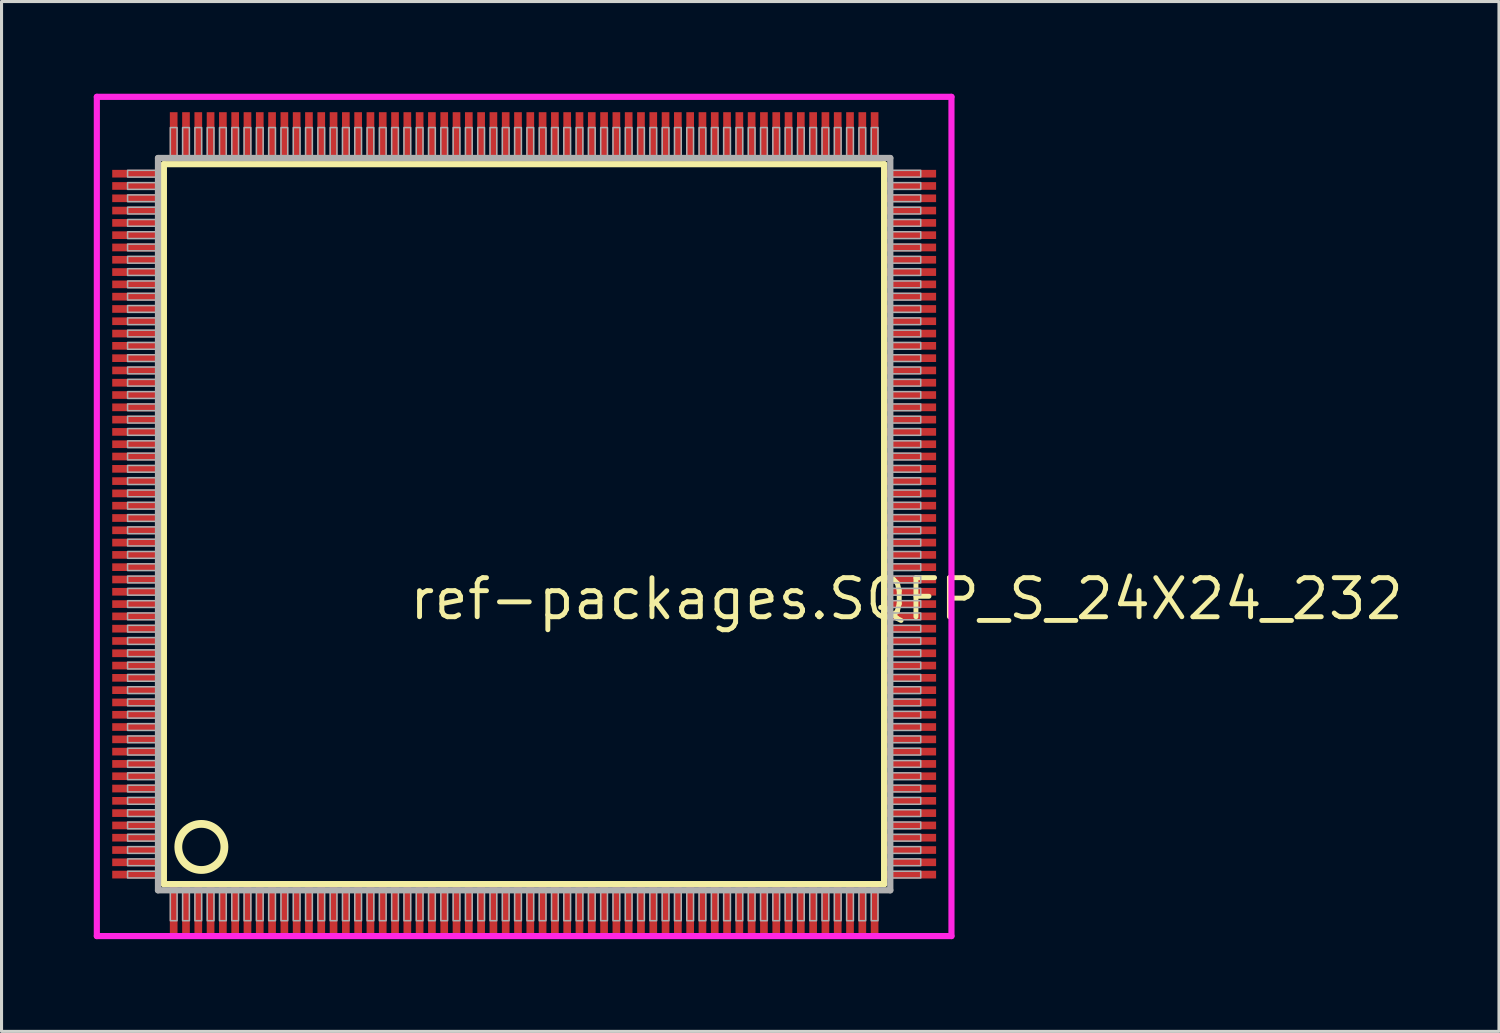
<source format=kicad_pcb>
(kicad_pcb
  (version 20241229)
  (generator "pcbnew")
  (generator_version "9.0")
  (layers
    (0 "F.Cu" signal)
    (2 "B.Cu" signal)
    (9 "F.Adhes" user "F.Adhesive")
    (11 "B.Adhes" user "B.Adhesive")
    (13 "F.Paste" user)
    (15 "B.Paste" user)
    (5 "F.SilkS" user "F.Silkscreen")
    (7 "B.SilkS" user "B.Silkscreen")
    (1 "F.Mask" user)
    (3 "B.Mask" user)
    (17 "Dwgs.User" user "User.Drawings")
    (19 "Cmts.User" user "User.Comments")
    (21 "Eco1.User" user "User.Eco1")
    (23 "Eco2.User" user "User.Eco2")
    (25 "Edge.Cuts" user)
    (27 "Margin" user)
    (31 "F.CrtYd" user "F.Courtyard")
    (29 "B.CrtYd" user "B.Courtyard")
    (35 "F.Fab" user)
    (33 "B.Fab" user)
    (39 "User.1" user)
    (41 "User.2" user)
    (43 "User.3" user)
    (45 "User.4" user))
  (footprint "ref-packages.SQFP_S_24X24_232"
    (layer "F.Cu")
    (at 14 14)
    (property "Reference" "ref-packages.SQFP_S_24X24_232" (at -3.81 3.175 0) (layer "F.SilkS") (effects (font (size 1.27 1.27) (thickness 0.16)) (justify left bottom)))
    (attr smd)
    (fp_line (start -11.72 -11.71) (end 11.71 -11.71) (stroke (width 0.203) (type default)) (layer "F.SilkS"))
    (fp_line (start -11.72 11.71) (end -11.72 -11.71) (stroke (width 0.203) (type default)) (layer "F.SilkS"))
    (fp_line (start 11.71 11.71) (end -11.72 11.71) (stroke (width 0.203) (type default)) (layer "F.SilkS"))
    (fp_line (start 11.71 -11.71) (end 11.71 11.71) (stroke (width 0.203) (type default)) (layer "F.SilkS"))
    (fp_circle (center -10.5 10.5) (end -9.75 10.5) (stroke (width 0.254) (type default)) (fill no) (layer "F.SilkS"))
    (fp_line (start -13.9 -13.9) (end 13.9 -13.9) (stroke (width 0.2) (type default)) (layer "F.CrtYd"))
    (fp_line (start -13.9 13.4) (end -13.9 -13.9) (stroke (width 0.2) (type default)) (layer "F.CrtYd"))
    (fp_line (start 13.9 -13.9) (end 13.9 13.4) (stroke (width 0.2) (type default)) (layer "F.CrtYd"))
    (fp_line (start 13.9 13.4) (end -13.9 13.4) (stroke (width 0.2) (type default)) (layer "F.CrtYd"))
    (fp_line (start -11.91 -11.91) (end -11.91 11.91) (stroke (width 0.203) (type default)) (layer "F.Fab"))
    (fp_line (start -11.91 11.91) (end 11.91 11.91) (stroke (width 0.203) (type default)) (layer "F.Fab"))
    (fp_line (start 11.91 -11.91) (end -11.91 -11.91) (stroke (width 0.203) (type default)) (layer "F.Fab"))
    (fp_line (start 11.91 11.91) (end 11.91 -11.91) (stroke (width 0.203) (type default)) (layer "F.Fab"))
    (fp_rect (start -12.9 -11.29) (end -11.95 -11.51) (stroke (width 0.05) (type default)) (fill no) (layer "F.Fab"))
    (fp_rect (start -12.9 -10.89) (end -11.95 -11.11) (stroke (width 0.05) (type default)) (fill no) (layer "F.Fab"))
    (fp_rect (start -12.9 -10.49) (end -11.95 -10.71) (stroke (width 0.05) (type default)) (fill no) (layer "F.Fab"))
    (fp_rect (start -12.9 -10.09) (end -11.95 -10.31) (stroke (width 0.05) (type default)) (fill no) (layer "F.Fab"))
    (fp_rect (start -12.9 -9.69) (end -11.95 -9.91) (stroke (width 0.05) (type default)) (fill no) (layer "F.Fab"))
    (fp_rect (start -12.9 -9.29) (end -11.95 -9.51) (stroke (width 0.05) (type default)) (fill no) (layer "F.Fab"))
    (fp_rect (start -12.9 -8.89) (end -11.95 -9.11) (stroke (width 0.05) (type default)) (fill no) (layer "F.Fab"))
    (fp_rect (start -12.9 -8.49) (end -11.95 -8.71) (stroke (width 0.05) (type default)) (fill no) (layer "F.Fab"))
    (fp_rect (start -12.9 -8.09) (end -11.95 -8.31) (stroke (width 0.05) (type default)) (fill no) (layer "F.Fab"))
    (fp_rect (start -12.9 -7.69) (end -11.95 -7.91) (stroke (width 0.05) (type default)) (fill no) (layer "F.Fab"))
    (fp_rect (start -12.9 -7.29) (end -11.95 -7.51) (stroke (width 0.05) (type default)) (fill no) (layer "F.Fab"))
    (fp_rect (start -12.9 -6.89) (end -11.95 -7.11) (stroke (width 0.05) (type default)) (fill no) (layer "F.Fab"))
    (fp_rect (start -12.9 -6.49) (end -11.95 -6.71) (stroke (width 0.05) (type default)) (fill no) (layer "F.Fab"))
    (fp_rect (start -12.9 -6.09) (end -11.95 -6.31) (stroke (width 0.05) (type default)) (fill no) (layer "F.Fab"))
    (fp_rect (start -12.9 -5.69) (end -11.95 -5.91) (stroke (width 0.05) (type default)) (fill no) (layer "F.Fab"))
    (fp_rect (start -12.9 -5.29) (end -11.95 -5.51) (stroke (width 0.05) (type default)) (fill no) (layer "F.Fab"))
    (fp_rect (start -12.9 -4.89) (end -11.95 -5.11) (stroke (width 0.05) (type default)) (fill no) (layer "F.Fab"))
    (fp_rect (start -12.9 -4.49) (end -11.95 -4.71) (stroke (width 0.05) (type default)) (fill no) (layer "F.Fab"))
    (fp_rect (start -12.9 -4.09) (end -11.95 -4.31) (stroke (width 0.05) (type default)) (fill no) (layer "F.Fab"))
    (fp_rect (start -12.9 -3.69) (end -11.95 -3.91) (stroke (width 0.05) (type default)) (fill no) (layer "F.Fab"))
    (fp_rect (start -12.9 -3.29) (end -11.95 -3.51) (stroke (width 0.05) (type default)) (fill no) (layer "F.Fab"))
    (fp_rect (start -12.9 -2.89) (end -11.95 -3.11) (stroke (width 0.05) (type default)) (fill no) (layer "F.Fab"))
    (fp_rect (start -12.9 -2.49) (end -11.95 -2.71) (stroke (width 0.05) (type default)) (fill no) (layer "F.Fab"))
    (fp_rect (start -12.9 -2.09) (end -11.95 -2.31) (stroke (width 0.05) (type default)) (fill no) (layer "F.Fab"))
    (fp_rect (start -12.9 -1.69) (end -11.95 -1.91) (stroke (width 0.05) (type default)) (fill no) (layer "F.Fab"))
    (fp_rect (start -12.9 -1.29) (end -11.95 -1.51) (stroke (width 0.05) (type default)) (fill no) (layer "F.Fab"))
    (fp_rect (start -12.9 -0.89) (end -11.95 -1.11) (stroke (width 0.05) (type default)) (fill no) (layer "F.Fab"))
    (fp_rect (start -12.9 -0.49) (end -11.95 -0.71) (stroke (width 0.05) (type default)) (fill no) (layer "F.Fab"))
    (fp_rect (start -12.9 -0.09) (end -11.95 -0.31) (stroke (width 0.05) (type default)) (fill no) (layer "F.Fab"))
    (fp_rect (start -12.9 0.31) (end -11.95 0.09) (stroke (width 0.05) (type default)) (fill no) (layer "F.Fab"))
    (fp_rect (start -12.9 0.71) (end -11.95 0.49) (stroke (width 0.05) (type default)) (fill no) (layer "F.Fab"))
    (fp_rect (start -12.9 1.11) (end -11.95 0.89) (stroke (width 0.05) (type default)) (fill no) (layer "F.Fab"))
    (fp_rect (start -12.9 1.51) (end -11.95 1.29) (stroke (width 0.05) (type default)) (fill no) (layer "F.Fab"))
    (fp_rect (start -12.9 1.91) (end -11.95 1.69) (stroke (width 0.05) (type default)) (fill no) (layer "F.Fab"))
    (fp_rect (start -12.9 2.31) (end -11.95 2.09) (stroke (width 0.05) (type default)) (fill no) (layer "F.Fab"))
    (fp_rect (start -12.9 2.71) (end -11.95 2.49) (stroke (width 0.05) (type default)) (fill no) (layer "F.Fab"))
    (fp_rect (start -12.9 3.11) (end -11.95 2.89) (stroke (width 0.05) (type default)) (fill no) (layer "F.Fab"))
    (fp_rect (start -12.9 3.51) (end -11.95 3.29) (stroke (width 0.05) (type default)) (fill no) (layer "F.Fab"))
    (fp_rect (start -12.9 3.91) (end -11.95 3.69) (stroke (width 0.05) (type default)) (fill no) (layer "F.Fab"))
    (fp_rect (start -12.9 4.31) (end -11.95 4.09) (stroke (width 0.05) (type default)) (fill no) (layer "F.Fab"))
    (fp_rect (start -12.9 4.71) (end -11.95 4.49) (stroke (width 0.05) (type default)) (fill no) (layer "F.Fab"))
    (fp_rect (start -12.9 5.11) (end -11.95 4.89) (stroke (width 0.05) (type default)) (fill no) (layer "F.Fab"))
    (fp_rect (start -12.9 5.51) (end -11.95 5.29) (stroke (width 0.05) (type default)) (fill no) (layer "F.Fab"))
    (fp_rect (start -12.9 5.91) (end -11.95 5.69) (stroke (width 0.05) (type default)) (fill no) (layer "F.Fab"))
    (fp_rect (start -12.9 6.31) (end -11.95 6.09) (stroke (width 0.05) (type default)) (fill no) (layer "F.Fab"))
    (fp_rect (start -12.9 6.71) (end -11.95 6.49) (stroke (width 0.05) (type default)) (fill no) (layer "F.Fab"))
    (fp_rect (start -12.9 7.11) (end -11.95 6.89) (stroke (width 0.05) (type default)) (fill no) (layer "F.Fab"))
    (fp_rect (start -12.9 7.51) (end -11.95 7.29) (stroke (width 0.05) (type default)) (fill no) (layer "F.Fab"))
    (fp_rect (start -12.9 7.91) (end -11.95 7.69) (stroke (width 0.05) (type default)) (fill no) (layer "F.Fab"))
    (fp_rect (start -12.9 8.31) (end -11.95 8.09) (stroke (width 0.05) (type default)) (fill no) (layer "F.Fab"))
    (fp_rect (start -12.9 8.71) (end -11.95 8.49) (stroke (width 0.05) (type default)) (fill no) (layer "F.Fab"))
    (fp_rect (start -12.9 9.11) (end -11.95 8.89) (stroke (width 0.05) (type default)) (fill no) (layer "F.Fab"))
    (fp_rect (start -12.9 9.51) (end -11.95 9.29) (stroke (width 0.05) (type default)) (fill no) (layer "F.Fab"))
    (fp_rect (start -12.9 9.91) (end -11.95 9.69) (stroke (width 0.05) (type default)) (fill no) (layer "F.Fab"))
    (fp_rect (start -12.9 10.31) (end -11.95 10.09) (stroke (width 0.05) (type default)) (fill no) (layer "F.Fab"))
    (fp_rect (start -12.9 10.71) (end -11.95 10.49) (stroke (width 0.05) (type default)) (fill no) (layer "F.Fab"))
    (fp_rect (start -12.9 11.11) (end -11.95 10.89) (stroke (width 0.05) (type default)) (fill no) (layer "F.Fab"))
    (fp_rect (start -12.9 11.51) (end -11.95 11.29) (stroke (width 0.05) (type default)) (fill no) (layer "F.Fab"))
    (fp_rect (start -11.51 -11.95) (end -11.29 -12.9) (stroke (width 0.05) (type default)) (fill no) (layer "F.Fab"))
    (fp_rect (start -11.51 12.9) (end -11.29 11.95) (stroke (width 0.05) (type default)) (fill no) (layer "F.Fab"))
    (fp_rect (start -11.11 -11.95) (end -10.89 -12.9) (stroke (width 0.05) (type default)) (fill no) (layer "F.Fab"))
    (fp_rect (start -11.11 12.9) (end -10.89 11.95) (stroke (width 0.05) (type default)) (fill no) (layer "F.Fab"))
    (fp_rect (start -10.71 -11.95) (end -10.49 -12.9) (stroke (width 0.05) (type default)) (fill no) (layer "F.Fab"))
    (fp_rect (start -10.71 12.9) (end -10.49 11.95) (stroke (width 0.05) (type default)) (fill no) (layer "F.Fab"))
    (fp_rect (start -10.31 -11.95) (end -10.09 -12.9) (stroke (width 0.05) (type default)) (fill no) (layer "F.Fab"))
    (fp_rect (start -10.31 12.9) (end -10.09 11.95) (stroke (width 0.05) (type default)) (fill no) (layer "F.Fab"))
    (fp_rect (start -9.91 -11.95) (end -9.69 -12.9) (stroke (width 0.05) (type default)) (fill no) (layer "F.Fab"))
    (fp_rect (start -9.91 12.9) (end -9.69 11.95) (stroke (width 0.05) (type default)) (fill no) (layer "F.Fab"))
    (fp_rect (start -9.51 -11.95) (end -9.29 -12.9) (stroke (width 0.05) (type default)) (fill no) (layer "F.Fab"))
    (fp_rect (start -9.51 12.9) (end -9.29 11.95) (stroke (width 0.05) (type default)) (fill no) (layer "F.Fab"))
    (fp_rect (start -9.11 -11.95) (end -8.89 -12.9) (stroke (width 0.05) (type default)) (fill no) (layer "F.Fab"))
    (fp_rect (start -9.11 12.9) (end -8.89 11.95) (stroke (width 0.05) (type default)) (fill no) (layer "F.Fab"))
    (fp_rect (start -8.71 -11.95) (end -8.49 -12.9) (stroke (width 0.05) (type default)) (fill no) (layer "F.Fab"))
    (fp_rect (start -8.71 12.9) (end -8.49 11.95) (stroke (width 0.05) (type default)) (fill no) (layer "F.Fab"))
    (fp_rect (start -8.31 -11.95) (end -8.09 -12.9) (stroke (width 0.05) (type default)) (fill no) (layer "F.Fab"))
    (fp_rect (start -8.31 12.9) (end -8.09 11.95) (stroke (width 0.05) (type default)) (fill no) (layer "F.Fab"))
    (fp_rect (start -7.91 -11.95) (end -7.69 -12.9) (stroke (width 0.05) (type default)) (fill no) (layer "F.Fab"))
    (fp_rect (start -7.91 12.9) (end -7.69 11.95) (stroke (width 0.05) (type default)) (fill no) (layer "F.Fab"))
    (fp_rect (start -7.51 -11.95) (end -7.29 -12.9) (stroke (width 0.05) (type default)) (fill no) (layer "F.Fab"))
    (fp_rect (start -7.51 12.9) (end -7.29 11.95) (stroke (width 0.05) (type default)) (fill no) (layer "F.Fab"))
    (fp_rect (start -7.11 -11.95) (end -6.89 -12.9) (stroke (width 0.05) (type default)) (fill no) (layer "F.Fab"))
    (fp_rect (start -7.11 12.9) (end -6.89 11.95) (stroke (width 0.05) (type default)) (fill no) (layer "F.Fab"))
    (fp_rect (start -6.71 -11.95) (end -6.49 -12.9) (stroke (width 0.05) (type default)) (fill no) (layer "F.Fab"))
    (fp_rect (start -6.71 12.9) (end -6.49 11.95) (stroke (width 0.05) (type default)) (fill no) (layer "F.Fab"))
    (fp_rect (start -6.31 -11.95) (end -6.09 -12.9) (stroke (width 0.05) (type default)) (fill no) (layer "F.Fab"))
    (fp_rect (start -6.31 12.9) (end -6.09 11.95) (stroke (width 0.05) (type default)) (fill no) (layer "F.Fab"))
    (fp_rect (start -5.91 -11.95) (end -5.69 -12.9) (stroke (width 0.05) (type default)) (fill no) (layer "F.Fab"))
    (fp_rect (start -5.91 12.9) (end -5.69 11.95) (stroke (width 0.05) (type default)) (fill no) (layer "F.Fab"))
    (fp_rect (start -5.51 -11.95) (end -5.29 -12.9) (stroke (width 0.05) (type default)) (fill no) (layer "F.Fab"))
    (fp_rect (start -5.51 12.9) (end -5.29 11.95) (stroke (width 0.05) (type default)) (fill no) (layer "F.Fab"))
    (fp_rect (start -5.11 -11.95) (end -4.89 -12.9) (stroke (width 0.05) (type default)) (fill no) (layer "F.Fab"))
    (fp_rect (start -5.11 12.9) (end -4.89 11.95) (stroke (width 0.05) (type default)) (fill no) (layer "F.Fab"))
    (fp_rect (start -4.71 -11.95) (end -4.49 -12.9) (stroke (width 0.05) (type default)) (fill no) (layer "F.Fab"))
    (fp_rect (start -4.71 12.9) (end -4.49 11.95) (stroke (width 0.05) (type default)) (fill no) (layer "F.Fab"))
    (fp_rect (start -4.31 -11.95) (end -4.09 -12.9) (stroke (width 0.05) (type default)) (fill no) (layer "F.Fab"))
    (fp_rect (start -4.31 12.9) (end -4.09 11.95) (stroke (width 0.05) (type default)) (fill no) (layer "F.Fab"))
    (fp_rect (start -3.91 -11.95) (end -3.69 -12.9) (stroke (width 0.05) (type default)) (fill no) (layer "F.Fab"))
    (fp_rect (start -3.91 12.9) (end -3.69 11.95) (stroke (width 0.05) (type default)) (fill no) (layer "F.Fab"))
    (fp_rect (start -3.51 -11.95) (end -3.29 -12.9) (stroke (width 0.05) (type default)) (fill no) (layer "F.Fab"))
    (fp_rect (start -3.51 12.9) (end -3.29 11.95) (stroke (width 0.05) (type default)) (fill no) (layer "F.Fab"))
    (fp_rect (start -3.11 -11.95) (end -2.89 -12.9) (stroke (width 0.05) (type default)) (fill no) (layer "F.Fab"))
    (fp_rect (start -3.11 12.9) (end -2.89 11.95) (stroke (width 0.05) (type default)) (fill no) (layer "F.Fab"))
    (fp_rect (start -2.71 -11.95) (end -2.49 -12.9) (stroke (width 0.05) (type default)) (fill no) (layer "F.Fab"))
    (fp_rect (start -2.71 12.9) (end -2.49 11.95) (stroke (width 0.05) (type default)) (fill no) (layer "F.Fab"))
    (fp_rect (start -2.31 -11.95) (end -2.09 -12.9) (stroke (width 0.05) (type default)) (fill no) (layer "F.Fab"))
    (fp_rect (start -2.31 12.9) (end -2.09 11.95) (stroke (width 0.05) (type default)) (fill no) (layer "F.Fab"))
    (fp_rect (start -1.91 -11.95) (end -1.69 -12.9) (stroke (width 0.05) (type default)) (fill no) (layer "F.Fab"))
    (fp_rect (start -1.91 12.9) (end -1.69 11.95) (stroke (width 0.05) (type default)) (fill no) (layer "F.Fab"))
    (fp_rect (start -1.51 -11.95) (end -1.29 -12.9) (stroke (width 0.05) (type default)) (fill no) (layer "F.Fab"))
    (fp_rect (start -1.51 12.9) (end -1.29 11.95) (stroke (width 0.05) (type default)) (fill no) (layer "F.Fab"))
    (fp_rect (start -1.11 -11.95) (end -0.89 -12.9) (stroke (width 0.05) (type default)) (fill no) (layer "F.Fab"))
    (fp_rect (start -1.11 12.9) (end -0.89 11.95) (stroke (width 0.05) (type default)) (fill no) (layer "F.Fab"))
    (fp_rect (start -0.71 -11.95) (end -0.49 -12.9) (stroke (width 0.05) (type default)) (fill no) (layer "F.Fab"))
    (fp_rect (start -0.71 12.9) (end -0.49 11.95) (stroke (width 0.05) (type default)) (fill no) (layer "F.Fab"))
    (fp_rect (start -0.31 -11.95) (end -0.09 -12.9) (stroke (width 0.05) (type default)) (fill no) (layer "F.Fab"))
    (fp_rect (start -0.31 12.9) (end -0.09 11.95) (stroke (width 0.05) (type default)) (fill no) (layer "F.Fab"))
    (fp_rect (start 0.09 -11.95) (end 0.31 -12.9) (stroke (width 0.05) (type default)) (fill no) (layer "F.Fab"))
    (fp_rect (start 0.09 12.9) (end 0.31 11.95) (stroke (width 0.05) (type default)) (fill no) (layer "F.Fab"))
    (fp_rect (start 0.49 -11.95) (end 0.71 -12.9) (stroke (width 0.05) (type default)) (fill no) (layer "F.Fab"))
    (fp_rect (start 0.49 12.9) (end 0.71 11.95) (stroke (width 0.05) (type default)) (fill no) (layer "F.Fab"))
    (fp_rect (start 0.89 -11.95) (end 1.11 -12.9) (stroke (width 0.05) (type default)) (fill no) (layer "F.Fab"))
    (fp_rect (start 0.89 12.9) (end 1.11 11.95) (stroke (width 0.05) (type default)) (fill no) (layer "F.Fab"))
    (fp_rect (start 1.29 -11.95) (end 1.51 -12.9) (stroke (width 0.05) (type default)) (fill no) (layer "F.Fab"))
    (fp_rect (start 1.29 12.9) (end 1.51 11.95) (stroke (width 0.05) (type default)) (fill no) (layer "F.Fab"))
    (fp_rect (start 1.69 -11.95) (end 1.91 -12.9) (stroke (width 0.05) (type default)) (fill no) (layer "F.Fab"))
    (fp_rect (start 1.69 12.9) (end 1.91 11.95) (stroke (width 0.05) (type default)) (fill no) (layer "F.Fab"))
    (fp_rect (start 2.09 -11.95) (end 2.31 -12.9) (stroke (width 0.05) (type default)) (fill no) (layer "F.Fab"))
    (fp_rect (start 2.09 12.9) (end 2.31 11.95) (stroke (width 0.05) (type default)) (fill no) (layer "F.Fab"))
    (fp_rect (start 2.49 -11.95) (end 2.71 -12.9) (stroke (width 0.05) (type default)) (fill no) (layer "F.Fab"))
    (fp_rect (start 2.49 12.9) (end 2.71 11.95) (stroke (width 0.05) (type default)) (fill no) (layer "F.Fab"))
    (fp_rect (start 2.89 -11.95) (end 3.11 -12.9) (stroke (width 0.05) (type default)) (fill no) (layer "F.Fab"))
    (fp_rect (start 2.89 12.9) (end 3.11 11.95) (stroke (width 0.05) (type default)) (fill no) (layer "F.Fab"))
    (fp_rect (start 3.29 -11.95) (end 3.51 -12.9) (stroke (width 0.05) (type default)) (fill no) (layer "F.Fab"))
    (fp_rect (start 3.29 12.9) (end 3.51 11.95) (stroke (width 0.05) (type default)) (fill no) (layer "F.Fab"))
    (fp_rect (start 3.69 -11.95) (end 3.91 -12.9) (stroke (width 0.05) (type default)) (fill no) (layer "F.Fab"))
    (fp_rect (start 3.69 12.9) (end 3.91 11.95) (stroke (width 0.05) (type default)) (fill no) (layer "F.Fab"))
    (fp_rect (start 4.09 -11.95) (end 4.31 -12.9) (stroke (width 0.05) (type default)) (fill no) (layer "F.Fab"))
    (fp_rect (start 4.09 12.9) (end 4.31 11.95) (stroke (width 0.05) (type default)) (fill no) (layer "F.Fab"))
    (fp_rect (start 4.49 -11.95) (end 4.71 -12.9) (stroke (width 0.05) (type default)) (fill no) (layer "F.Fab"))
    (fp_rect (start 4.49 12.9) (end 4.71 11.95) (stroke (width 0.05) (type default)) (fill no) (layer "F.Fab"))
    (fp_rect (start 4.89 -11.95) (end 5.11 -12.9) (stroke (width 0.05) (type default)) (fill no) (layer "F.Fab"))
    (fp_rect (start 4.89 12.9) (end 5.11 11.95) (stroke (width 0.05) (type default)) (fill no) (layer "F.Fab"))
    (fp_rect (start 5.29 -11.95) (end 5.51 -12.9) (stroke (width 0.05) (type default)) (fill no) (layer "F.Fab"))
    (fp_rect (start 5.29 12.9) (end 5.51 11.95) (stroke (width 0.05) (type default)) (fill no) (layer "F.Fab"))
    (fp_rect (start 5.69 -11.95) (end 5.91 -12.9) (stroke (width 0.05) (type default)) (fill no) (layer "F.Fab"))
    (fp_rect (start 5.69 12.9) (end 5.91 11.95) (stroke (width 0.05) (type default)) (fill no) (layer "F.Fab"))
    (fp_rect (start 6.09 -11.95) (end 6.31 -12.9) (stroke (width 0.05) (type default)) (fill no) (layer "F.Fab"))
    (fp_rect (start 6.09 12.9) (end 6.31 11.95) (stroke (width 0.05) (type default)) (fill no) (layer "F.Fab"))
    (fp_rect (start 6.49 -11.95) (end 6.71 -12.9) (stroke (width 0.05) (type default)) (fill no) (layer "F.Fab"))
    (fp_rect (start 6.49 12.9) (end 6.71 11.95) (stroke (width 0.05) (type default)) (fill no) (layer "F.Fab"))
    (fp_rect (start 6.89 -11.95) (end 7.11 -12.9) (stroke (width 0.05) (type default)) (fill no) (layer "F.Fab"))
    (fp_rect (start 6.89 12.9) (end 7.11 11.95) (stroke (width 0.05) (type default)) (fill no) (layer "F.Fab"))
    (fp_rect (start 7.29 -11.95) (end 7.51 -12.9) (stroke (width 0.05) (type default)) (fill no) (layer "F.Fab"))
    (fp_rect (start 7.29 12.9) (end 7.51 11.95) (stroke (width 0.05) (type default)) (fill no) (layer "F.Fab"))
    (fp_rect (start 7.69 -11.95) (end 7.91 -12.9) (stroke (width 0.05) (type default)) (fill no) (layer "F.Fab"))
    (fp_rect (start 7.69 12.9) (end 7.91 11.95) (stroke (width 0.05) (type default)) (fill no) (layer "F.Fab"))
    (fp_rect (start 8.09 -11.95) (end 8.31 -12.9) (stroke (width 0.05) (type default)) (fill no) (layer "F.Fab"))
    (fp_rect (start 8.09 12.9) (end 8.31 11.95) (stroke (width 0.05) (type default)) (fill no) (layer "F.Fab"))
    (fp_rect (start 8.49 -11.95) (end 8.71 -12.9) (stroke (width 0.05) (type default)) (fill no) (layer "F.Fab"))
    (fp_rect (start 8.49 12.9) (end 8.71 11.95) (stroke (width 0.05) (type default)) (fill no) (layer "F.Fab"))
    (fp_rect (start 8.89 -11.95) (end 9.11 -12.9) (stroke (width 0.05) (type default)) (fill no) (layer "F.Fab"))
    (fp_rect (start 8.89 12.9) (end 9.11 11.95) (stroke (width 0.05) (type default)) (fill no) (layer "F.Fab"))
    (fp_rect (start 9.29 -11.95) (end 9.51 -12.9) (stroke (width 0.05) (type default)) (fill no) (layer "F.Fab"))
    (fp_rect (start 9.29 12.9) (end 9.51 11.95) (stroke (width 0.05) (type default)) (fill no) (layer "F.Fab"))
    (fp_rect (start 9.69 -11.95) (end 9.91 -12.9) (stroke (width 0.05) (type default)) (fill no) (layer "F.Fab"))
    (fp_rect (start 9.69 12.9) (end 9.91 11.95) (stroke (width 0.05) (type default)) (fill no) (layer "F.Fab"))
    (fp_rect (start 10.09 -11.95) (end 10.31 -12.9) (stroke (width 0.05) (type default)) (fill no) (layer "F.Fab"))
    (fp_rect (start 10.09 12.9) (end 10.31 11.95) (stroke (width 0.05) (type default)) (fill no) (layer "F.Fab"))
    (fp_rect (start 10.49 -11.95) (end 10.71 -12.9) (stroke (width 0.05) (type default)) (fill no) (layer "F.Fab"))
    (fp_rect (start 10.49 12.9) (end 10.71 11.95) (stroke (width 0.05) (type default)) (fill no) (layer "F.Fab"))
    (fp_rect (start 10.89 -11.95) (end 11.11 -12.9) (stroke (width 0.05) (type default)) (fill no) (layer "F.Fab"))
    (fp_rect (start 10.89 12.9) (end 11.11 11.95) (stroke (width 0.05) (type default)) (fill no) (layer "F.Fab"))
    (fp_rect (start 11.29 -11.95) (end 11.51 -12.9) (stroke (width 0.05) (type default)) (fill no) (layer "F.Fab"))
    (fp_rect (start 11.29 12.9) (end 11.51 11.95) (stroke (width 0.05) (type default)) (fill no) (layer "F.Fab"))
    (fp_rect (start 11.95 -11.29) (end 12.9 -11.51) (stroke (width 0.05) (type default)) (fill no) (layer "F.Fab"))
    (fp_rect (start 11.95 -10.89) (end 12.9 -11.11) (stroke (width 0.05) (type default)) (fill no) (layer "F.Fab"))
    (fp_rect (start 11.95 -10.49) (end 12.9 -10.71) (stroke (width 0.05) (type default)) (fill no) (layer "F.Fab"))
    (fp_rect (start 11.95 -10.09) (end 12.9 -10.31) (stroke (width 0.05) (type default)) (fill no) (layer "F.Fab"))
    (fp_rect (start 11.95 -9.69) (end 12.9 -9.91) (stroke (width 0.05) (type default)) (fill no) (layer "F.Fab"))
    (fp_rect (start 11.95 -9.29) (end 12.9 -9.51) (stroke (width 0.05) (type default)) (fill no) (layer "F.Fab"))
    (fp_rect (start 11.95 -8.89) (end 12.9 -9.11) (stroke (width 0.05) (type default)) (fill no) (layer "F.Fab"))
    (fp_rect (start 11.95 -8.49) (end 12.9 -8.71) (stroke (width 0.05) (type default)) (fill no) (layer "F.Fab"))
    (fp_rect (start 11.95 -8.09) (end 12.9 -8.31) (stroke (width 0.05) (type default)) (fill no) (layer "F.Fab"))
    (fp_rect (start 11.95 -7.69) (end 12.9 -7.91) (stroke (width 0.05) (type default)) (fill no) (layer "F.Fab"))
    (fp_rect (start 11.95 -7.29) (end 12.9 -7.51) (stroke (width 0.05) (type default)) (fill no) (layer "F.Fab"))
    (fp_rect (start 11.95 -6.89) (end 12.9 -7.11) (stroke (width 0.05) (type default)) (fill no) (layer "F.Fab"))
    (fp_rect (start 11.95 -6.49) (end 12.9 -6.71) (stroke (width 0.05) (type default)) (fill no) (layer "F.Fab"))
    (fp_rect (start 11.95 -6.09) (end 12.9 -6.31) (stroke (width 0.05) (type default)) (fill no) (layer "F.Fab"))
    (fp_rect (start 11.95 -5.69) (end 12.9 -5.91) (stroke (width 0.05) (type default)) (fill no) (layer "F.Fab"))
    (fp_rect (start 11.95 -5.29) (end 12.9 -5.51) (stroke (width 0.05) (type default)) (fill no) (layer "F.Fab"))
    (fp_rect (start 11.95 -4.89) (end 12.9 -5.11) (stroke (width 0.05) (type default)) (fill no) (layer "F.Fab"))
    (fp_rect (start 11.95 -4.49) (end 12.9 -4.71) (stroke (width 0.05) (type default)) (fill no) (layer "F.Fab"))
    (fp_rect (start 11.95 -4.09) (end 12.9 -4.31) (stroke (width 0.05) (type default)) (fill no) (layer "F.Fab"))
    (fp_rect (start 11.95 -3.69) (end 12.9 -3.91) (stroke (width 0.05) (type default)) (fill no) (layer "F.Fab"))
    (fp_rect (start 11.95 -3.29) (end 12.9 -3.51) (stroke (width 0.05) (type default)) (fill no) (layer "F.Fab"))
    (fp_rect (start 11.95 -2.89) (end 12.9 -3.11) (stroke (width 0.05) (type default)) (fill no) (layer "F.Fab"))
    (fp_rect (start 11.95 -2.49) (end 12.9 -2.71) (stroke (width 0.05) (type default)) (fill no) (layer "F.Fab"))
    (fp_rect (start 11.95 -2.09) (end 12.9 -2.31) (stroke (width 0.05) (type default)) (fill no) (layer "F.Fab"))
    (fp_rect (start 11.95 -1.69) (end 12.9 -1.91) (stroke (width 0.05) (type default)) (fill no) (layer "F.Fab"))
    (fp_rect (start 11.95 -1.29) (end 12.9 -1.51) (stroke (width 0.05) (type default)) (fill no) (layer "F.Fab"))
    (fp_rect (start 11.95 -0.89) (end 12.9 -1.11) (stroke (width 0.05) (type default)) (fill no) (layer "F.Fab"))
    (fp_rect (start 11.95 -0.49) (end 12.9 -0.71) (stroke (width 0.05) (type default)) (fill no) (layer "F.Fab"))
    (fp_rect (start 11.95 -0.09) (end 12.9 -0.31) (stroke (width 0.05) (type default)) (fill no) (layer "F.Fab"))
    (fp_rect (start 11.95 0.31) (end 12.9 0.09) (stroke (width 0.05) (type default)) (fill no) (layer "F.Fab"))
    (fp_rect (start 11.95 0.71) (end 12.9 0.49) (stroke (width 0.05) (type default)) (fill no) (layer "F.Fab"))
    (fp_rect (start 11.95 1.11) (end 12.9 0.89) (stroke (width 0.05) (type default)) (fill no) (layer "F.Fab"))
    (fp_rect (start 11.95 1.51) (end 12.9 1.29) (stroke (width 0.05) (type default)) (fill no) (layer "F.Fab"))
    (fp_rect (start 11.95 1.91) (end 12.9 1.69) (stroke (width 0.05) (type default)) (fill no) (layer "F.Fab"))
    (fp_rect (start 11.95 2.31) (end 12.9 2.09) (stroke (width 0.05) (type default)) (fill no) (layer "F.Fab"))
    (fp_rect (start 11.95 2.71) (end 12.9 2.49) (stroke (width 0.05) (type default)) (fill no) (layer "F.Fab"))
    (fp_rect (start 11.95 3.11) (end 12.9 2.89) (stroke (width 0.05) (type default)) (fill no) (layer "F.Fab"))
    (fp_rect (start 11.95 3.51) (end 12.9 3.29) (stroke (width 0.05) (type default)) (fill no) (layer "F.Fab"))
    (fp_rect (start 11.95 3.91) (end 12.9 3.69) (stroke (width 0.05) (type default)) (fill no) (layer "F.Fab"))
    (fp_rect (start 11.95 4.31) (end 12.9 4.09) (stroke (width 0.05) (type default)) (fill no) (layer "F.Fab"))
    (fp_rect (start 11.95 4.71) (end 12.9 4.49) (stroke (width 0.05) (type default)) (fill no) (layer "F.Fab"))
    (fp_rect (start 11.95 5.11) (end 12.9 4.89) (stroke (width 0.05) (type default)) (fill no) (layer "F.Fab"))
    (fp_rect (start 11.95 5.51) (end 12.9 5.29) (stroke (width 0.05) (type default)) (fill no) (layer "F.Fab"))
    (fp_rect (start 11.95 5.91) (end 12.9 5.69) (stroke (width 0.05) (type default)) (fill no) (layer "F.Fab"))
    (fp_rect (start 11.95 6.31) (end 12.9 6.09) (stroke (width 0.05) (type default)) (fill no) (layer "F.Fab"))
    (fp_rect (start 11.95 6.71) (end 12.9 6.49) (stroke (width 0.05) (type default)) (fill no) (layer "F.Fab"))
    (fp_rect (start 11.95 7.11) (end 12.9 6.89) (stroke (width 0.05) (type default)) (fill no) (layer "F.Fab"))
    (fp_rect (start 11.95 7.51) (end 12.9 7.29) (stroke (width 0.05) (type default)) (fill no) (layer "F.Fab"))
    (fp_rect (start 11.95 7.91) (end 12.9 7.69) (stroke (width 0.05) (type default)) (fill no) (layer "F.Fab"))
    (fp_rect (start 11.95 8.31) (end 12.9 8.09) (stroke (width 0.05) (type default)) (fill no) (layer "F.Fab"))
    (fp_rect (start 11.95 8.71) (end 12.9 8.49) (stroke (width 0.05) (type default)) (fill no) (layer "F.Fab"))
    (fp_rect (start 11.95 9.11) (end 12.9 8.89) (stroke (width 0.05) (type default)) (fill no) (layer "F.Fab"))
    (fp_rect (start 11.95 9.51) (end 12.9 9.29) (stroke (width 0.05) (type default)) (fill no) (layer "F.Fab"))
    (fp_rect (start 11.95 9.91) (end 12.9 9.69) (stroke (width 0.05) (type default)) (fill no) (layer "F.Fab"))
    (fp_rect (start 11.95 10.31) (end 12.9 10.09) (stroke (width 0.05) (type default)) (fill no) (layer "F.Fab"))
    (fp_rect (start 11.95 10.71) (end 12.9 10.49) (stroke (width 0.05) (type default)) (fill no) (layer "F.Fab"))
    (fp_rect (start 11.95 11.11) (end 12.9 10.89) (stroke (width 0.05) (type default)) (fill no) (layer "F.Fab"))
    (fp_rect (start 11.95 11.51) (end 12.9 11.29) (stroke (width 0.05) (type default)) (fill no) (layer "F.Fab"))
    (pad "1" smd roundrect (at -11.4 12.6) (size 0.25 1.6) (layers "F.Cu" "F.Mask" "F.Paste") (roundrect_rratio 0.01))
    (pad "2" smd roundrect (at -11 12.6) (size 0.25 1.6) (layers "F.Cu" "F.Mask" "F.Paste") (roundrect_rratio 0.01))
    (pad "3" smd roundrect (at -10.6 12.6) (size 0.25 1.6) (layers "F.Cu" "F.Mask" "F.Paste") (roundrect_rratio 0.01))
    (pad "4" smd roundrect (at -10.2 12.6) (size 0.25 1.6) (layers "F.Cu" "F.Mask" "F.Paste") (roundrect_rratio 0.01))
    (pad "5" smd roundrect (at -9.8 12.6) (size 0.25 1.6) (layers "F.Cu" "F.Mask" "F.Paste") (roundrect_rratio 0.01))
    (pad "6" smd roundrect (at -9.4 12.6) (size 0.25 1.6) (layers "F.Cu" "F.Mask" "F.Paste") (roundrect_rratio 0.01))
    (pad "7" smd roundrect (at -9 12.6) (size 0.25 1.6) (layers "F.Cu" "F.Mask" "F.Paste") (roundrect_rratio 0.01))
    (pad "8" smd roundrect (at -8.6 12.6) (size 0.25 1.6) (layers "F.Cu" "F.Mask" "F.Paste") (roundrect_rratio 0.01))
    (pad "9" smd roundrect (at -8.2 12.6) (size 0.25 1.6) (layers "F.Cu" "F.Mask" "F.Paste") (roundrect_rratio 0.01))
    (pad "10" smd roundrect (at -7.8 12.6) (size 0.25 1.6) (layers "F.Cu" "F.Mask" "F.Paste") (roundrect_rratio 0.01))
    (pad "11" smd roundrect (at -7.4 12.6) (size 0.25 1.6) (layers "F.Cu" "F.Mask" "F.Paste") (roundrect_rratio 0.01))
    (pad "12" smd roundrect (at -7 12.6) (size 0.25 1.6) (layers "F.Cu" "F.Mask" "F.Paste") (roundrect_rratio 0.01))
    (pad "13" smd roundrect (at -6.6 12.6) (size 0.25 1.6) (layers "F.Cu" "F.Mask" "F.Paste") (roundrect_rratio 0.01))
    (pad "14" smd roundrect (at -6.2 12.6) (size 0.25 1.6) (layers "F.Cu" "F.Mask" "F.Paste") (roundrect_rratio 0.01))
    (pad "15" smd roundrect (at -5.8 12.6) (size 0.25 1.6) (layers "F.Cu" "F.Mask" "F.Paste") (roundrect_rratio 0.01))
    (pad "16" smd roundrect (at -5.4 12.6) (size 0.25 1.6) (layers "F.Cu" "F.Mask" "F.Paste") (roundrect_rratio 0.01))
    (pad "17" smd roundrect (at -5 12.6) (size 0.25 1.6) (layers "F.Cu" "F.Mask" "F.Paste") (roundrect_rratio 0.01))
    (pad "18" smd roundrect (at -4.6 12.6) (size 0.25 1.6) (layers "F.Cu" "F.Mask" "F.Paste") (roundrect_rratio 0.01))
    (pad "19" smd roundrect (at -4.2 12.6) (size 0.25 1.6) (layers "F.Cu" "F.Mask" "F.Paste") (roundrect_rratio 0.01))
    (pad "20" smd roundrect (at -3.8 12.6) (size 0.25 1.6) (layers "F.Cu" "F.Mask" "F.Paste") (roundrect_rratio 0.01))
    (pad "21" smd roundrect (at -3.4 12.6) (size 0.25 1.6) (layers "F.Cu" "F.Mask" "F.Paste") (roundrect_rratio 0.01))
    (pad "22" smd roundrect (at -3 12.6) (size 0.25 1.6) (layers "F.Cu" "F.Mask" "F.Paste") (roundrect_rratio 0.01))
    (pad "23" smd roundrect (at -2.6 12.6) (size 0.25 1.6) (layers "F.Cu" "F.Mask" "F.Paste") (roundrect_rratio 0.01))
    (pad "24" smd roundrect (at -2.2 12.6) (size 0.25 1.6) (layers "F.Cu" "F.Mask" "F.Paste") (roundrect_rratio 0.01))
    (pad "25" smd roundrect (at -1.8 12.6) (size 0.25 1.6) (layers "F.Cu" "F.Mask" "F.Paste") (roundrect_rratio 0.01))
    (pad "26" smd roundrect (at -1.4 12.6) (size 0.25 1.6) (layers "F.Cu" "F.Mask" "F.Paste") (roundrect_rratio 0.01))
    (pad "27" smd roundrect (at -1 12.6) (size 0.25 1.6) (layers "F.Cu" "F.Mask" "F.Paste") (roundrect_rratio 0.01))
    (pad "28" smd roundrect (at -0.6 12.6) (size 0.25 1.6) (layers "F.Cu" "F.Mask" "F.Paste") (roundrect_rratio 0.01))
    (pad "29" smd roundrect (at -0.2 12.6) (size 0.25 1.6) (layers "F.Cu" "F.Mask" "F.Paste") (roundrect_rratio 0.01))
    (pad "30" smd roundrect (at 0.2 12.6) (size 0.25 1.6) (layers "F.Cu" "F.Mask" "F.Paste") (roundrect_rratio 0.01))
    (pad "31" smd roundrect (at 0.6 12.6) (size 0.25 1.6) (layers "F.Cu" "F.Mask" "F.Paste") (roundrect_rratio 0.01))
    (pad "32" smd roundrect (at 1 12.6) (size 0.25 1.6) (layers "F.Cu" "F.Mask" "F.Paste") (roundrect_rratio 0.01))
    (pad "33" smd roundrect (at 1.4 12.6) (size 0.25 1.6) (layers "F.Cu" "F.Mask" "F.Paste") (roundrect_rratio 0.01))
    (pad "34" smd roundrect (at 1.8 12.6) (size 0.25 1.6) (layers "F.Cu" "F.Mask" "F.Paste") (roundrect_rratio 0.01))
    (pad "35" smd roundrect (at 2.2 12.6) (size 0.25 1.6) (layers "F.Cu" "F.Mask" "F.Paste") (roundrect_rratio 0.01))
    (pad "36" smd roundrect (at 2.6 12.6) (size 0.25 1.6) (layers "F.Cu" "F.Mask" "F.Paste") (roundrect_rratio 0.01))
    (pad "37" smd roundrect (at 3 12.6) (size 0.25 1.6) (layers "F.Cu" "F.Mask" "F.Paste") (roundrect_rratio 0.01))
    (pad "38" smd roundrect (at 3.4 12.6) (size 0.25 1.6) (layers "F.Cu" "F.Mask" "F.Paste") (roundrect_rratio 0.01))
    (pad "39" smd roundrect (at 3.8 12.6) (size 0.25 1.6) (layers "F.Cu" "F.Mask" "F.Paste") (roundrect_rratio 0.01))
    (pad "40" smd roundrect (at 4.2 12.6) (size 0.25 1.6) (layers "F.Cu" "F.Mask" "F.Paste") (roundrect_rratio 0.01))
    (pad "41" smd roundrect (at 4.6 12.6) (size 0.25 1.6) (layers "F.Cu" "F.Mask" "F.Paste") (roundrect_rratio 0.01))
    (pad "42" smd roundrect (at 5 12.6) (size 0.25 1.6) (layers "F.Cu" "F.Mask" "F.Paste") (roundrect_rratio 0.01))
    (pad "43" smd roundrect (at 5.4 12.6) (size 0.25 1.6) (layers "F.Cu" "F.Mask" "F.Paste") (roundrect_rratio 0.01))
    (pad "44" smd roundrect (at 5.8 12.6) (size 0.25 1.6) (layers "F.Cu" "F.Mask" "F.Paste") (roundrect_rratio 0.01))
    (pad "45" smd roundrect (at 6.2 12.6) (size 0.25 1.6) (layers "F.Cu" "F.Mask" "F.Paste") (roundrect_rratio 0.01))
    (pad "46" smd roundrect (at 6.6 12.6) (size 0.25 1.6) (layers "F.Cu" "F.Mask" "F.Paste") (roundrect_rratio 0.01))
    (pad "47" smd roundrect (at 7 12.6) (size 0.25 1.6) (layers "F.Cu" "F.Mask" "F.Paste") (roundrect_rratio 0.01))
    (pad "48" smd roundrect (at 7.4 12.6) (size 0.25 1.6) (layers "F.Cu" "F.Mask" "F.Paste") (roundrect_rratio 0.01))
    (pad "49" smd roundrect (at 7.8 12.6) (size 0.25 1.6) (layers "F.Cu" "F.Mask" "F.Paste") (roundrect_rratio 0.01))
    (pad "50" smd roundrect (at 8.2 12.6) (size 0.25 1.6) (layers "F.Cu" "F.Mask" "F.Paste") (roundrect_rratio 0.01))
    (pad "51" smd roundrect (at 8.6 12.6) (size 0.25 1.6) (layers "F.Cu" "F.Mask" "F.Paste") (roundrect_rratio 0.01))
    (pad "52" smd roundrect (at 9 12.6) (size 0.25 1.6) (layers "F.Cu" "F.Mask" "F.Paste") (roundrect_rratio 0.01))
    (pad "53" smd roundrect (at 9.4 12.6) (size 0.25 1.6) (layers "F.Cu" "F.Mask" "F.Paste") (roundrect_rratio 0.01))
    (pad "54" smd roundrect (at 9.8 12.6) (size 0.25 1.6) (layers "F.Cu" "F.Mask" "F.Paste") (roundrect_rratio 0.01))
    (pad "55" smd roundrect (at 10.2 12.6) (size 0.25 1.6) (layers "F.Cu" "F.Mask" "F.Paste") (roundrect_rratio 0.01))
    (pad "56" smd roundrect (at 10.6 12.6) (size 0.25 1.6) (layers "F.Cu" "F.Mask" "F.Paste") (roundrect_rratio 0.01))
    (pad "57" smd roundrect (at 11 12.6) (size 0.25 1.6) (layers "F.Cu" "F.Mask" "F.Paste") (roundrect_rratio 0.01))
    (pad "58" smd roundrect (at 11.4 12.6) (size 0.25 1.6) (layers "F.Cu" "F.Mask" "F.Paste") (roundrect_rratio 0.01))
    (pad "59" smd roundrect (at 12.6 11.4) (size 1.6 0.25) (layers "F.Cu" "F.Mask" "F.Paste") (roundrect_rratio 0.01))
    (pad "60" smd roundrect (at 12.6 11) (size 1.6 0.25) (layers "F.Cu" "F.Mask" "F.Paste") (roundrect_rratio 0.01))
    (pad "61" smd roundrect (at 12.6 10.6) (size 1.6 0.25) (layers "F.Cu" "F.Mask" "F.Paste") (roundrect_rratio 0.01))
    (pad "62" smd roundrect (at 12.6 10.2) (size 1.6 0.25) (layers "F.Cu" "F.Mask" "F.Paste") (roundrect_rratio 0.01))
    (pad "63" smd roundrect (at 12.6 9.8) (size 1.6 0.25) (layers "F.Cu" "F.Mask" "F.Paste") (roundrect_rratio 0.01))
    (pad "64" smd roundrect (at 12.6 9.4) (size 1.6 0.25) (layers "F.Cu" "F.Mask" "F.Paste") (roundrect_rratio 0.01))
    (pad "65" smd roundrect (at 12.6 9) (size 1.6 0.25) (layers "F.Cu" "F.Mask" "F.Paste") (roundrect_rratio 0.01))
    (pad "66" smd roundrect (at 12.6 8.6) (size 1.6 0.25) (layers "F.Cu" "F.Mask" "F.Paste") (roundrect_rratio 0.01))
    (pad "67" smd roundrect (at 12.6 8.2) (size 1.6 0.25) (layers "F.Cu" "F.Mask" "F.Paste") (roundrect_rratio 0.01))
    (pad "68" smd roundrect (at 12.6 7.8) (size 1.6 0.25) (layers "F.Cu" "F.Mask" "F.Paste") (roundrect_rratio 0.01))
    (pad "69" smd roundrect (at 12.6 7.4) (size 1.6 0.25) (layers "F.Cu" "F.Mask" "F.Paste") (roundrect_rratio 0.01))
    (pad "70" smd roundrect (at 12.6 7) (size 1.6 0.25) (layers "F.Cu" "F.Mask" "F.Paste") (roundrect_rratio 0.01))
    (pad "71" smd roundrect (at 12.6 6.6) (size 1.6 0.25) (layers "F.Cu" "F.Mask" "F.Paste") (roundrect_rratio 0.01))
    (pad "72" smd roundrect (at 12.6 6.2) (size 1.6 0.25) (layers "F.Cu" "F.Mask" "F.Paste") (roundrect_rratio 0.01))
    (pad "73" smd roundrect (at 12.6 5.8) (size 1.6 0.25) (layers "F.Cu" "F.Mask" "F.Paste") (roundrect_rratio 0.01))
    (pad "74" smd roundrect (at 12.6 5.4) (size 1.6 0.25) (layers "F.Cu" "F.Mask" "F.Paste") (roundrect_rratio 0.01))
    (pad "75" smd roundrect (at 12.6 5) (size 1.6 0.25) (layers "F.Cu" "F.Mask" "F.Paste") (roundrect_rratio 0.01))
    (pad "76" smd roundrect (at 12.6 4.6) (size 1.6 0.25) (layers "F.Cu" "F.Mask" "F.Paste") (roundrect_rratio 0.01))
    (pad "77" smd roundrect (at 12.6 4.2) (size 1.6 0.25) (layers "F.Cu" "F.Mask" "F.Paste") (roundrect_rratio 0.01))
    (pad "78" smd roundrect (at 12.6 3.8) (size 1.6 0.25) (layers "F.Cu" "F.Mask" "F.Paste") (roundrect_rratio 0.01))
    (pad "79" smd roundrect (at 12.6 3.4) (size 1.6 0.25) (layers "F.Cu" "F.Mask" "F.Paste") (roundrect_rratio 0.01))
    (pad "80" smd roundrect (at 12.6 3) (size 1.6 0.25) (layers "F.Cu" "F.Mask" "F.Paste") (roundrect_rratio 0.01))
    (pad "81" smd roundrect (at 12.6 2.6) (size 1.6 0.25) (layers "F.Cu" "F.Mask" "F.Paste") (roundrect_rratio 0.01))
    (pad "82" smd roundrect (at 12.6 2.2) (size 1.6 0.25) (layers "F.Cu" "F.Mask" "F.Paste") (roundrect_rratio 0.01))
    (pad "83" smd roundrect (at 12.6 1.8) (size 1.6 0.25) (layers "F.Cu" "F.Mask" "F.Paste") (roundrect_rratio 0.01))
    (pad "84" smd roundrect (at 12.6 1.4) (size 1.6 0.25) (layers "F.Cu" "F.Mask" "F.Paste") (roundrect_rratio 0.01))
    (pad "85" smd roundrect (at 12.6 1) (size 1.6 0.25) (layers "F.Cu" "F.Mask" "F.Paste") (roundrect_rratio 0.01))
    (pad "86" smd roundrect (at 12.6 0.6) (size 1.6 0.25) (layers "F.Cu" "F.Mask" "F.Paste") (roundrect_rratio 0.01))
    (pad "87" smd roundrect (at 12.6 0.2) (size 1.6 0.25) (layers "F.Cu" "F.Mask" "F.Paste") (roundrect_rratio 0.01))
    (pad "88" smd roundrect (at 12.6 -0.2) (size 1.6 0.25) (layers "F.Cu" "F.Mask" "F.Paste") (roundrect_rratio 0.01))
    (pad "89" smd roundrect (at 12.6 -0.6) (size 1.6 0.25) (layers "F.Cu" "F.Mask" "F.Paste") (roundrect_rratio 0.01))
    (pad "90" smd roundrect (at 12.6 -1) (size 1.6 0.25) (layers "F.Cu" "F.Mask" "F.Paste") (roundrect_rratio 0.01))
    (pad "91" smd roundrect (at 12.6 -1.4) (size 1.6 0.25) (layers "F.Cu" "F.Mask" "F.Paste") (roundrect_rratio 0.01))
    (pad "92" smd roundrect (at 12.6 -1.8) (size 1.6 0.25) (layers "F.Cu" "F.Mask" "F.Paste") (roundrect_rratio 0.01))
    (pad "93" smd roundrect (at 12.6 -2.2) (size 1.6 0.25) (layers "F.Cu" "F.Mask" "F.Paste") (roundrect_rratio 0.01))
    (pad "94" smd roundrect (at 12.6 -2.6) (size 1.6 0.25) (layers "F.Cu" "F.Mask" "F.Paste") (roundrect_rratio 0.01))
    (pad "95" smd roundrect (at 12.6 -3) (size 1.6 0.25) (layers "F.Cu" "F.Mask" "F.Paste") (roundrect_rratio 0.01))
    (pad "96" smd roundrect (at 12.6 -3.4) (size 1.6 0.25) (layers "F.Cu" "F.Mask" "F.Paste") (roundrect_rratio 0.01))
    (pad "97" smd roundrect (at 12.6 -3.8) (size 1.6 0.25) (layers "F.Cu" "F.Mask" "F.Paste") (roundrect_rratio 0.01))
    (pad "98" smd roundrect (at 12.6 -4.2) (size 1.6 0.25) (layers "F.Cu" "F.Mask" "F.Paste") (roundrect_rratio 0.01))
    (pad "99" smd roundrect (at 12.6 -4.6) (size 1.6 0.25) (layers "F.Cu" "F.Mask" "F.Paste") (roundrect_rratio 0.01))
    (pad "100" smd roundrect (at 12.6 -5) (size 1.6 0.25) (layers "F.Cu" "F.Mask" "F.Paste") (roundrect_rratio 0.01))
    (pad "101" smd roundrect (at 12.6 -5.4) (size 1.6 0.25) (layers "F.Cu" "F.Mask" "F.Paste") (roundrect_rratio 0.01))
    (pad "102" smd roundrect (at 12.6 -5.8) (size 1.6 0.25) (layers "F.Cu" "F.Mask" "F.Paste") (roundrect_rratio 0.01))
    (pad "103" smd roundrect (at 12.6 -6.2) (size 1.6 0.25) (layers "F.Cu" "F.Mask" "F.Paste") (roundrect_rratio 0.01))
    (pad "104" smd roundrect (at 12.6 -6.6) (size 1.6 0.25) (layers "F.Cu" "F.Mask" "F.Paste") (roundrect_rratio 0.01))
    (pad "105" smd roundrect (at 12.6 -7) (size 1.6 0.25) (layers "F.Cu" "F.Mask" "F.Paste") (roundrect_rratio 0.01))
    (pad "106" smd roundrect (at 12.6 -7.4) (size 1.6 0.25) (layers "F.Cu" "F.Mask" "F.Paste") (roundrect_rratio 0.01))
    (pad "107" smd roundrect (at 12.6 -7.8) (size 1.6 0.25) (layers "F.Cu" "F.Mask" "F.Paste") (roundrect_rratio 0.01))
    (pad "108" smd roundrect (at 12.6 -8.2) (size 1.6 0.25) (layers "F.Cu" "F.Mask" "F.Paste") (roundrect_rratio 0.01))
    (pad "109" smd roundrect (at 12.6 -8.6) (size 1.6 0.25) (layers "F.Cu" "F.Mask" "F.Paste") (roundrect_rratio 0.01))
    (pad "110" smd roundrect (at 12.6 -9) (size 1.6 0.25) (layers "F.Cu" "F.Mask" "F.Paste") (roundrect_rratio 0.01))
    (pad "111" smd roundrect (at 12.6 -9.4) (size 1.6 0.25) (layers "F.Cu" "F.Mask" "F.Paste") (roundrect_rratio 0.01))
    (pad "112" smd roundrect (at 12.6 -9.8) (size 1.6 0.25) (layers "F.Cu" "F.Mask" "F.Paste") (roundrect_rratio 0.01))
    (pad "113" smd roundrect (at 12.6 -10.2) (size 1.6 0.25) (layers "F.Cu" "F.Mask" "F.Paste") (roundrect_rratio 0.01))
    (pad "114" smd roundrect (at 12.6 -10.6) (size 1.6 0.25) (layers "F.Cu" "F.Mask" "F.Paste") (roundrect_rratio 0.01))
    (pad "115" smd roundrect (at 12.6 -11) (size 1.6 0.25) (layers "F.Cu" "F.Mask" "F.Paste") (roundrect_rratio 0.01))
    (pad "116" smd roundrect (at 12.6 -11.4) (size 1.6 0.25) (layers "F.Cu" "F.Mask" "F.Paste") (roundrect_rratio 0.01))
    (pad "117" smd roundrect (at 11.4 -12.6) (size 0.25 1.6) (layers "F.Cu" "F.Mask" "F.Paste") (roundrect_rratio 0.01))
    (pad "118" smd roundrect (at 11 -12.6) (size 0.25 1.6) (layers "F.Cu" "F.Mask" "F.Paste") (roundrect_rratio 0.01))
    (pad "119" smd roundrect (at 10.6 -12.6) (size 0.25 1.6) (layers "F.Cu" "F.Mask" "F.Paste") (roundrect_rratio 0.01))
    (pad "120" smd roundrect (at 10.2 -12.6) (size 0.25 1.6) (layers "F.Cu" "F.Mask" "F.Paste") (roundrect_rratio 0.01))
    (pad "121" smd roundrect (at 9.8 -12.6) (size 0.25 1.6) (layers "F.Cu" "F.Mask" "F.Paste") (roundrect_rratio 0.01))
    (pad "122" smd roundrect (at 9.4 -12.6) (size 0.25 1.6) (layers "F.Cu" "F.Mask" "F.Paste") (roundrect_rratio 0.01))
    (pad "123" smd roundrect (at 9 -12.6) (size 0.25 1.6) (layers "F.Cu" "F.Mask" "F.Paste") (roundrect_rratio 0.01))
    (pad "124" smd roundrect (at 8.6 -12.6) (size 0.25 1.6) (layers "F.Cu" "F.Mask" "F.Paste") (roundrect_rratio 0.01))
    (pad "125" smd roundrect (at 8.2 -12.6) (size 0.25 1.6) (layers "F.Cu" "F.Mask" "F.Paste") (roundrect_rratio 0.01))
    (pad "126" smd roundrect (at 7.8 -12.6) (size 0.25 1.6) (layers "F.Cu" "F.Mask" "F.Paste") (roundrect_rratio 0.01))
    (pad "127" smd roundrect (at 7.4 -12.6) (size 0.25 1.6) (layers "F.Cu" "F.Mask" "F.Paste") (roundrect_rratio 0.01))
    (pad "128" smd roundrect (at 7 -12.6) (size 0.25 1.6) (layers "F.Cu" "F.Mask" "F.Paste") (roundrect_rratio 0.01))
    (pad "129" smd roundrect (at 6.6 -12.6) (size 0.25 1.6) (layers "F.Cu" "F.Mask" "F.Paste") (roundrect_rratio 0.01))
    (pad "130" smd roundrect (at 6.2 -12.6) (size 0.25 1.6) (layers "F.Cu" "F.Mask" "F.Paste") (roundrect_rratio 0.01))
    (pad "131" smd roundrect (at 5.8 -12.6) (size 0.25 1.6) (layers "F.Cu" "F.Mask" "F.Paste") (roundrect_rratio 0.01))
    (pad "132" smd roundrect (at 5.4 -12.6) (size 0.25 1.6) (layers "F.Cu" "F.Mask" "F.Paste") (roundrect_rratio 0.01))
    (pad "133" smd roundrect (at 5 -12.6) (size 0.25 1.6) (layers "F.Cu" "F.Mask" "F.Paste") (roundrect_rratio 0.01))
    (pad "134" smd roundrect (at 4.6 -12.6) (size 0.25 1.6) (layers "F.Cu" "F.Mask" "F.Paste") (roundrect_rratio 0.01))
    (pad "135" smd roundrect (at 4.2 -12.6) (size 0.25 1.6) (layers "F.Cu" "F.Mask" "F.Paste") (roundrect_rratio 0.01))
    (pad "136" smd roundrect (at 3.8 -12.6) (size 0.25 1.6) (layers "F.Cu" "F.Mask" "F.Paste") (roundrect_rratio 0.01))
    (pad "137" smd roundrect (at 3.4 -12.6) (size 0.25 1.6) (layers "F.Cu" "F.Mask" "F.Paste") (roundrect_rratio 0.01))
    (pad "138" smd roundrect (at 3 -12.6) (size 0.25 1.6) (layers "F.Cu" "F.Mask" "F.Paste") (roundrect_rratio 0.01))
    (pad "139" smd roundrect (at 2.6 -12.6) (size 0.25 1.6) (layers "F.Cu" "F.Mask" "F.Paste") (roundrect_rratio 0.01))
    (pad "140" smd roundrect (at 2.2 -12.6) (size 0.25 1.6) (layers "F.Cu" "F.Mask" "F.Paste") (roundrect_rratio 0.01))
    (pad "141" smd roundrect (at 1.8 -12.6) (size 0.25 1.6) (layers "F.Cu" "F.Mask" "F.Paste") (roundrect_rratio 0.01))
    (pad "142" smd roundrect (at 1.4 -12.6) (size 0.25 1.6) (layers "F.Cu" "F.Mask" "F.Paste") (roundrect_rratio 0.01))
    (pad "143" smd roundrect (at 1 -12.6) (size 0.25 1.6) (layers "F.Cu" "F.Mask" "F.Paste") (roundrect_rratio 0.01))
    (pad "144" smd roundrect (at 0.6 -12.6) (size 0.25 1.6) (layers "F.Cu" "F.Mask" "F.Paste") (roundrect_rratio 0.01))
    (pad "145" smd roundrect (at 0.2 -12.6) (size 0.25 1.6) (layers "F.Cu" "F.Mask" "F.Paste") (roundrect_rratio 0.01))
    (pad "146" smd roundrect (at -0.2 -12.6) (size 0.25 1.6) (layers "F.Cu" "F.Mask" "F.Paste") (roundrect_rratio 0.01))
    (pad "147" smd roundrect (at -0.6 -12.6) (size 0.25 1.6) (layers "F.Cu" "F.Mask" "F.Paste") (roundrect_rratio 0.01))
    (pad "148" smd roundrect (at -1 -12.6) (size 0.25 1.6) (layers "F.Cu" "F.Mask" "F.Paste") (roundrect_rratio 0.01))
    (pad "149" smd roundrect (at -1.4 -12.6) (size 0.25 1.6) (layers "F.Cu" "F.Mask" "F.Paste") (roundrect_rratio 0.01))
    (pad "150" smd roundrect (at -1.8 -12.6) (size 0.25 1.6) (layers "F.Cu" "F.Mask" "F.Paste") (roundrect_rratio 0.01))
    (pad "151" smd roundrect (at -2.2 -12.6) (size 0.25 1.6) (layers "F.Cu" "F.Mask" "F.Paste") (roundrect_rratio 0.01))
    (pad "152" smd roundrect (at -2.6 -12.6) (size 0.25 1.6) (layers "F.Cu" "F.Mask" "F.Paste") (roundrect_rratio 0.01))
    (pad "153" smd roundrect (at -3 -12.6) (size 0.25 1.6) (layers "F.Cu" "F.Mask" "F.Paste") (roundrect_rratio 0.01))
    (pad "154" smd roundrect (at -3.4 -12.6) (size 0.25 1.6) (layers "F.Cu" "F.Mask" "F.Paste") (roundrect_rratio 0.01))
    (pad "155" smd roundrect (at -3.8 -12.6) (size 0.25 1.6) (layers "F.Cu" "F.Mask" "F.Paste") (roundrect_rratio 0.01))
    (pad "156" smd roundrect (at -4.2 -12.6) (size 0.25 1.6) (layers "F.Cu" "F.Mask" "F.Paste") (roundrect_rratio 0.01))
    (pad "157" smd roundrect (at -4.6 -12.6) (size 0.25 1.6) (layers "F.Cu" "F.Mask" "F.Paste") (roundrect_rratio 0.01))
    (pad "158" smd roundrect (at -5 -12.6) (size 0.25 1.6) (layers "F.Cu" "F.Mask" "F.Paste") (roundrect_rratio 0.01))
    (pad "159" smd roundrect (at -5.4 -12.6) (size 0.25 1.6) (layers "F.Cu" "F.Mask" "F.Paste") (roundrect_rratio 0.01))
    (pad "160" smd roundrect (at -5.8 -12.6) (size 0.25 1.6) (layers "F.Cu" "F.Mask" "F.Paste") (roundrect_rratio 0.01))
    (pad "161" smd roundrect (at -6.2 -12.6) (size 0.25 1.6) (layers "F.Cu" "F.Mask" "F.Paste") (roundrect_rratio 0.01))
    (pad "162" smd roundrect (at -6.6 -12.6) (size 0.25 1.6) (layers "F.Cu" "F.Mask" "F.Paste") (roundrect_rratio 0.01))
    (pad "163" smd roundrect (at -7 -12.6) (size 0.25 1.6) (layers "F.Cu" "F.Mask" "F.Paste") (roundrect_rratio 0.01))
    (pad "164" smd roundrect (at -7.4 -12.6) (size 0.25 1.6) (layers "F.Cu" "F.Mask" "F.Paste") (roundrect_rratio 0.01))
    (pad "165" smd roundrect (at -7.8 -12.6) (size 0.25 1.6) (layers "F.Cu" "F.Mask" "F.Paste") (roundrect_rratio 0.01))
    (pad "166" smd roundrect (at -8.2 -12.6) (size 0.25 1.6) (layers "F.Cu" "F.Mask" "F.Paste") (roundrect_rratio 0.01))
    (pad "167" smd roundrect (at -8.6 -12.6) (size 0.25 1.6) (layers "F.Cu" "F.Mask" "F.Paste") (roundrect_rratio 0.01))
    (pad "168" smd roundrect (at -9 -12.6) (size 0.25 1.6) (layers "F.Cu" "F.Mask" "F.Paste") (roundrect_rratio 0.01))
    (pad "169" smd roundrect (at -9.4 -12.6) (size 0.25 1.6) (layers "F.Cu" "F.Mask" "F.Paste") (roundrect_rratio 0.01))
    (pad "170" smd roundrect (at -9.8 -12.6) (size 0.25 1.6) (layers "F.Cu" "F.Mask" "F.Paste") (roundrect_rratio 0.01))
    (pad "171" smd roundrect (at -10.2 -12.6) (size 0.25 1.6) (layers "F.Cu" "F.Mask" "F.Paste") (roundrect_rratio 0.01))
    (pad "172" smd roundrect (at -10.6 -12.6) (size 0.25 1.6) (layers "F.Cu" "F.Mask" "F.Paste") (roundrect_rratio 0.01))
    (pad "173" smd roundrect (at -11 -12.6) (size 0.25 1.6) (layers "F.Cu" "F.Mask" "F.Paste") (roundrect_rratio 0.01))
    (pad "174" smd roundrect (at -11.4 -12.6) (size 0.25 1.6) (layers "F.Cu" "F.Mask" "F.Paste") (roundrect_rratio 0.01))
    (pad "175" smd roundrect (at -12.6 -11.4) (size 1.6 0.25) (layers "F.Cu" "F.Mask" "F.Paste") (roundrect_rratio 0.01))
    (pad "176" smd roundrect (at -12.6 -11) (size 1.6 0.25) (layers "F.Cu" "F.Mask" "F.Paste") (roundrect_rratio 0.01))
    (pad "177" smd roundrect (at -12.6 -10.6) (size 1.6 0.25) (layers "F.Cu" "F.Mask" "F.Paste") (roundrect_rratio 0.01))
    (pad "178" smd roundrect (at -12.6 -10.2) (size 1.6 0.25) (layers "F.Cu" "F.Mask" "F.Paste") (roundrect_rratio 0.01))
    (pad "179" smd roundrect (at -12.6 -9.8) (size 1.6 0.25) (layers "F.Cu" "F.Mask" "F.Paste") (roundrect_rratio 0.01))
    (pad "180" smd roundrect (at -12.6 -9.4) (size 1.6 0.25) (layers "F.Cu" "F.Mask" "F.Paste") (roundrect_rratio 0.01))
    (pad "181" smd roundrect (at -12.6 -9) (size 1.6 0.25) (layers "F.Cu" "F.Mask" "F.Paste") (roundrect_rratio 0.01))
    (pad "182" smd roundrect (at -12.6 -8.6) (size 1.6 0.25) (layers "F.Cu" "F.Mask" "F.Paste") (roundrect_rratio 0.01))
    (pad "183" smd roundrect (at -12.6 -8.2) (size 1.6 0.25) (layers "F.Cu" "F.Mask" "F.Paste") (roundrect_rratio 0.01))
    (pad "184" smd roundrect (at -12.6 -7.8) (size 1.6 0.25) (layers "F.Cu" "F.Mask" "F.Paste") (roundrect_rratio 0.01))
    (pad "185" smd roundrect (at -12.6 -7.4) (size 1.6 0.25) (layers "F.Cu" "F.Mask" "F.Paste") (roundrect_rratio 0.01))
    (pad "186" smd roundrect (at -12.6 -7) (size 1.6 0.25) (layers "F.Cu" "F.Mask" "F.Paste") (roundrect_rratio 0.01))
    (pad "187" smd roundrect (at -12.6 -6.6) (size 1.6 0.25) (layers "F.Cu" "F.Mask" "F.Paste") (roundrect_rratio 0.01))
    (pad "188" smd roundrect (at -12.6 -6.2) (size 1.6 0.25) (layers "F.Cu" "F.Mask" "F.Paste") (roundrect_rratio 0.01))
    (pad "189" smd roundrect (at -12.6 -5.8) (size 1.6 0.25) (layers "F.Cu" "F.Mask" "F.Paste") (roundrect_rratio 0.01))
    (pad "190" smd roundrect (at -12.6 -5.4) (size 1.6 0.25) (layers "F.Cu" "F.Mask" "F.Paste") (roundrect_rratio 0.01))
    (pad "191" smd roundrect (at -12.6 -5) (size 1.6 0.25) (layers "F.Cu" "F.Mask" "F.Paste") (roundrect_rratio 0.01))
    (pad "192" smd roundrect (at -12.6 -4.6) (size 1.6 0.25) (layers "F.Cu" "F.Mask" "F.Paste") (roundrect_rratio 0.01))
    (pad "193" smd roundrect (at -12.6 -4.2) (size 1.6 0.25) (layers "F.Cu" "F.Mask" "F.Paste") (roundrect_rratio 0.01))
    (pad "194" smd roundrect (at -12.6 -3.8) (size 1.6 0.25) (layers "F.Cu" "F.Mask" "F.Paste") (roundrect_rratio 0.01))
    (pad "195" smd roundrect (at -12.6 -3.4) (size 1.6 0.25) (layers "F.Cu" "F.Mask" "F.Paste") (roundrect_rratio 0.01))
    (pad "196" smd roundrect (at -12.6 -3) (size 1.6 0.25) (layers "F.Cu" "F.Mask" "F.Paste") (roundrect_rratio 0.01))
    (pad "197" smd roundrect (at -12.6 -2.6) (size 1.6 0.25) (layers "F.Cu" "F.Mask" "F.Paste") (roundrect_rratio 0.01))
    (pad "198" smd roundrect (at -12.6 -2.2) (size 1.6 0.25) (layers "F.Cu" "F.Mask" "F.Paste") (roundrect_rratio 0.01))
    (pad "199" smd roundrect (at -12.6 -1.8) (size 1.6 0.25) (layers "F.Cu" "F.Mask" "F.Paste") (roundrect_rratio 0.01))
    (pad "200" smd roundrect (at -12.6 -1.4) (size 1.6 0.25) (layers "F.Cu" "F.Mask" "F.Paste") (roundrect_rratio 0.01))
    (pad "201" smd roundrect (at -12.6 -1) (size 1.6 0.25) (layers "F.Cu" "F.Mask" "F.Paste") (roundrect_rratio 0.01))
    (pad "202" smd roundrect (at -12.6 -0.6) (size 1.6 0.25) (layers "F.Cu" "F.Mask" "F.Paste") (roundrect_rratio 0.01))
    (pad "203" smd roundrect (at -12.6 -0.2) (size 1.6 0.25) (layers "F.Cu" "F.Mask" "F.Paste") (roundrect_rratio 0.01))
    (pad "204" smd roundrect (at -12.6 0.2) (size 1.6 0.25) (layers "F.Cu" "F.Mask" "F.Paste") (roundrect_rratio 0.01))
    (pad "205" smd roundrect (at -12.6 0.6) (size 1.6 0.25) (layers "F.Cu" "F.Mask" "F.Paste") (roundrect_rratio 0.01))
    (pad "206" smd roundrect (at -12.6 1) (size 1.6 0.25) (layers "F.Cu" "F.Mask" "F.Paste") (roundrect_rratio 0.01))
    (pad "207" smd roundrect (at -12.6 1.4) (size 1.6 0.25) (layers "F.Cu" "F.Mask" "F.Paste") (roundrect_rratio 0.01))
    (pad "208" smd roundrect (at -12.6 1.8) (size 1.6 0.25) (layers "F.Cu" "F.Mask" "F.Paste") (roundrect_rratio 0.01))
    (pad "209" smd roundrect (at -12.6 2.2) (size 1.6 0.25) (layers "F.Cu" "F.Mask" "F.Paste") (roundrect_rratio 0.01))
    (pad "210" smd roundrect (at -12.6 2.6) (size 1.6 0.25) (layers "F.Cu" "F.Mask" "F.Paste") (roundrect_rratio 0.01))
    (pad "211" smd roundrect (at -12.6 3) (size 1.6 0.25) (layers "F.Cu" "F.Mask" "F.Paste") (roundrect_rratio 0.01))
    (pad "212" smd roundrect (at -12.6 3.4) (size 1.6 0.25) (layers "F.Cu" "F.Mask" "F.Paste") (roundrect_rratio 0.01))
    (pad "213" smd roundrect (at -12.6 3.8) (size 1.6 0.25) (layers "F.Cu" "F.Mask" "F.Paste") (roundrect_rratio 0.01))
    (pad "214" smd roundrect (at -12.6 4.2) (size 1.6 0.25) (layers "F.Cu" "F.Mask" "F.Paste") (roundrect_rratio 0.01))
    (pad "215" smd roundrect (at -12.6 4.6) (size 1.6 0.25) (layers "F.Cu" "F.Mask" "F.Paste") (roundrect_rratio 0.01))
    (pad "216" smd roundrect (at -12.6 5) (size 1.6 0.25) (layers "F.Cu" "F.Mask" "F.Paste") (roundrect_rratio 0.01))
    (pad "217" smd roundrect (at -12.6 5.4) (size 1.6 0.25) (layers "F.Cu" "F.Mask" "F.Paste") (roundrect_rratio 0.01))
    (pad "218" smd roundrect (at -12.6 5.8) (size 1.6 0.25) (layers "F.Cu" "F.Mask" "F.Paste") (roundrect_rratio 0.01))
    (pad "219" smd roundrect (at -12.6 6.2) (size 1.6 0.25) (layers "F.Cu" "F.Mask" "F.Paste") (roundrect_rratio 0.01))
    (pad "220" smd roundrect (at -12.6 6.6) (size 1.6 0.25) (layers "F.Cu" "F.Mask" "F.Paste") (roundrect_rratio 0.01))
    (pad "221" smd roundrect (at -12.6 7) (size 1.6 0.25) (layers "F.Cu" "F.Mask" "F.Paste") (roundrect_rratio 0.01))
    (pad "222" smd roundrect (at -12.6 7.4) (size 1.6 0.25) (layers "F.Cu" "F.Mask" "F.Paste") (roundrect_rratio 0.01))
    (pad "223" smd roundrect (at -12.6 7.8) (size 1.6 0.25) (layers "F.Cu" "F.Mask" "F.Paste") (roundrect_rratio 0.01))
    (pad "224" smd roundrect (at -12.6 8.2) (size 1.6 0.25) (layers "F.Cu" "F.Mask" "F.Paste") (roundrect_rratio 0.01))
    (pad "225" smd roundrect (at -12.6 8.6) (size 1.6 0.25) (layers "F.Cu" "F.Mask" "F.Paste") (roundrect_rratio 0.01))
    (pad "226" smd roundrect (at -12.6 9) (size 1.6 0.25) (layers "F.Cu" "F.Mask" "F.Paste") (roundrect_rratio 0.01))
    (pad "227" smd roundrect (at -12.6 9.4) (size 1.6 0.25) (layers "F.Cu" "F.Mask" "F.Paste") (roundrect_rratio 0.01))
    (pad "228" smd roundrect (at -12.6 9.8) (size 1.6 0.25) (layers "F.Cu" "F.Mask" "F.Paste") (roundrect_rratio 0.01))
    (pad "229" smd roundrect (at -12.6 10.2) (size 1.6 0.25) (layers "F.Cu" "F.Mask" "F.Paste") (roundrect_rratio 0.01))
    (pad "230" smd roundrect (at -12.6 10.6) (size 1.6 0.25) (layers "F.Cu" "F.Mask" "F.Paste") (roundrect_rratio 0.01))
    (pad "231" smd roundrect (at -12.6 11) (size 1.6 0.25) (layers "F.Cu" "F.Mask" "F.Paste") (roundrect_rratio 0.01))
    (pad "232" smd roundrect (at -12.6 11.4) (size 1.6 0.25) (layers "F.Cu" "F.Mask" "F.Paste") (roundrect_rratio 0.01)))
  (gr_rect
    (start -3 -3)
    (end 45.71 30.5)
    (stroke (width 0.1) (type default))
    (fill no)
    (layer "Edge.Cuts")))
</source>
